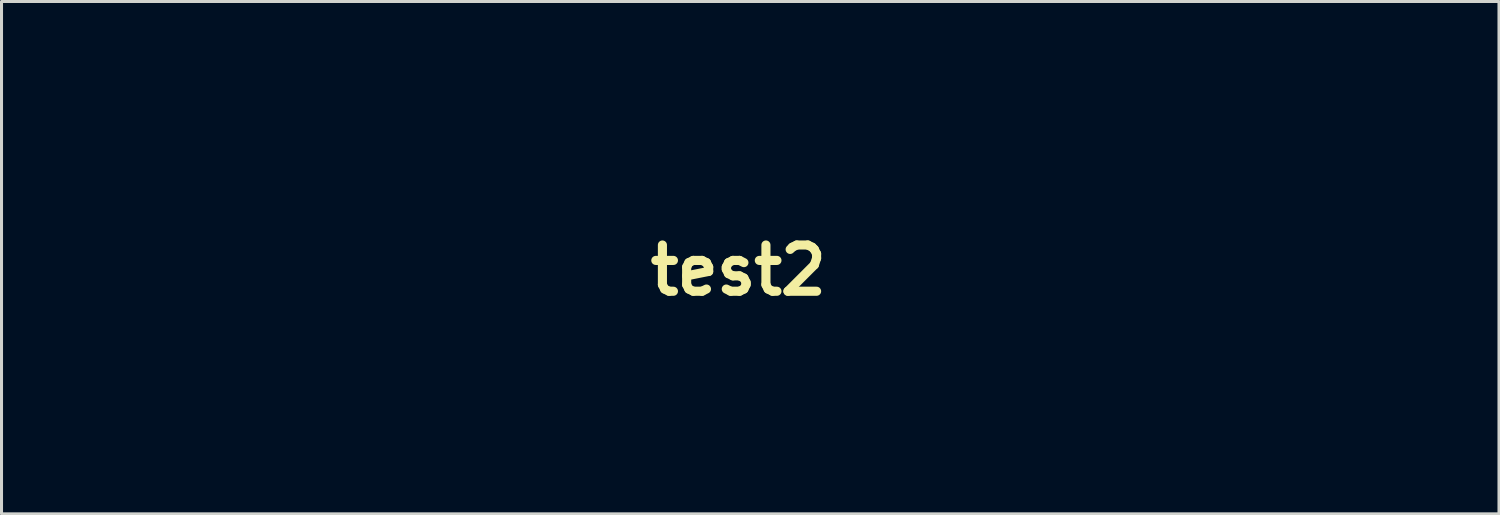
<source format=kicad_pcb>
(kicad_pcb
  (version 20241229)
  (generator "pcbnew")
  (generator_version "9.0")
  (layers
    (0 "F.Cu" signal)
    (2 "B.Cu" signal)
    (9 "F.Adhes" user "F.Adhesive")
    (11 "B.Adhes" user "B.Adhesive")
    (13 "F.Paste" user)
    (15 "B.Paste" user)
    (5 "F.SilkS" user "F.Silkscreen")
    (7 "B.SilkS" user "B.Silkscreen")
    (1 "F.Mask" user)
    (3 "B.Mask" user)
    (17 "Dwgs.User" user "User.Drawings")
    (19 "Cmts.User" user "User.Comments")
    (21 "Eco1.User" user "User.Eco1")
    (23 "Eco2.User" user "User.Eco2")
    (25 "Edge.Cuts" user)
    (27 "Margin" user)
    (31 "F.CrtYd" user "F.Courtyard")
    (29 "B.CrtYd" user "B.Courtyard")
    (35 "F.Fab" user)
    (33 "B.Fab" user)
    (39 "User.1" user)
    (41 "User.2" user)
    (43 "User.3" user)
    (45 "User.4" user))
  (footprint "test2"
    (layer "F.Cu")
    (at 21.282 5.858)
    (property "Reference" "test2" (at 0 0 0) (layer "F.SilkS") (effects (font (size 1.524 1.524) (thickness 0.3))))
    (attr through_hole)
    (fp_poly (pts (xy 20.118 -5.191) (xy 20.444 -4.621) (xy 20.501 -4.171) (xy 20.499 -4.167) (xy 20.521 -3.67) (xy 20.687 -3.306) (xy 20.917 -2.673) (xy 20.976 -2.005) (xy 21.027 -1.321) (xy 21.187 -0.881) (xy 21.307 -0.424) (xy 21.253 -0.262) (xy 21.26 0.151) (xy 21.456 0.485) (xy 21.731 1.077) (xy 21.816 1.738) (xy 21.711 2.328) (xy 21.343 2.576) (xy 21.055 2.625) (xy 20.521 2.763) (xy 20.32 2.954) (xy 20.467 3.152) (xy 20.964 3.33) (xy 21.898 3.516) (xy 22.058 3.543) (xy 21.982 3.565) (xy 21.444 3.575) (xy 20.518 3.572) (xy 19.276 3.557) (xy 17.914 3.531) (xy 15.764 3.524) (xy 13.352 3.58) (xy 10.8 3.692) (xy 8.23 3.852) (xy 5.763 4.051) (xy 3.522 4.281) (xy 1.629 4.535) (xy 0.802 4.677) (xy -1 4.936) (xy -2.868 5.02) (xy -4.934 4.928) (xy -7.329 4.656) (xy -8.155 4.536) (xy -9.555 4.351) (xy -11.311 4.157) (xy -13.244 3.974) (xy -15.175 3.819) (xy -16.176 3.751) (xy -18.251 3.617) (xy -19.792 3.507) (xy -20.8 3.421) (xy -21.277 3.358) (xy -21.222 3.317) (xy -20.637 3.299) (xy -19.522 3.303) (xy -17.878 3.329) (xy -17.112 3.344) (xy -14.134 3.459) (xy -11.332 3.668) (xy -8.871 3.957) (xy -8.599 3.998) (xy -5.821 4.357) (xy -3.413 4.514) (xy -1.254 4.471) (xy 0.782 4.228) (xy 1.241 4.145) (xy 2.554 3.931) (xy 4.096 3.733) (xy 5.565 3.589) (xy 5.758 3.575) (xy 8.184 3.404) (xy 8.213 2.571) (xy 8.313 1.766) (xy 8.523 1.033) (xy 8.785 0.52) (xy 9.041 0.374) (xy 9.065 0.385) (xy 9.239 0.717) (xy 9.412 1.397) (xy 9.492 1.872) (xy 9.692 2.788) (xy 9.967 3.19) (xy 10.051 3.208) (xy 10.267 2.976) (xy 10.331 2.696) (xy 11.764 2.696) (xy 11.905 3.088) (xy 12.203 3.098) (xy 12.472 2.754) (xy 12.476 2.741) (xy 16.674 2.741) (xy 16.72 2.835) (xy 17.245 2.966) (xy 18.273 3.143) (xy 18.969 3.153) (xy 19.249 2.996) (xy 19.251 2.974) (xy 19.016 2.746) (xy 18.445 2.588) (xy 17.732 2.534) (xy 17.084 2.611) (xy 16.674 2.741) (xy 12.476 2.741) (xy 12.519 2.585) (xy 12.404 2.203) (xy 12.185 2.139) (xy 11.838 2.364) (xy 11.764 2.696) (xy 10.331 2.696) (xy 10.398 2.404) (xy 10.439 1.683) (xy 10.39 1.069) (xy 10.962 1.069) (xy 11.166 1.329) (xy 11.229 1.337) (xy 11.489 1.133) (xy 11.497 1.069) (xy 12.566 1.069) (xy 12.77 1.329) (xy 12.834 1.337) (xy 13.093 1.133) (xy 13.101 1.069) (xy 12.898 0.81) (xy 12.834 0.802) (xy 12.574 1.006) (xy 12.566 1.069) (xy 11.497 1.069) (xy 11.293 0.81) (xy 11.229 0.802) (xy 10.97 1.006) (xy 10.962 1.069) (xy 10.39 1.069) (xy 10.385 1.003) (xy 10.268 0.668) (xy 13.636 0.668) (xy 13.769 0.802) (xy 13.903 0.668) (xy 13.769 0.535) (xy 13.636 0.668) (xy 10.268 0.668) (xy 10.228 0.554) (xy 10.135 0.482) (xy 10.145 0.24) (xy 10.372 -0.311) (xy 10.622 -0.802) (xy 11.764 -0.802) (xy 11.968 -0.543) (xy 12.032 -0.535) (xy 12.291 -0.738) (xy 12.299 -0.802) (xy 12.095 -1.062) (xy 12.032 -1.069) (xy 11.772 -0.866) (xy 11.764 -0.802) (xy 10.622 -0.802) (xy 10.74 -1.034) (xy 11.172 -1.792) (xy 11.591 -2.447) (xy 11.921 -2.862) (xy 12.042 -2.938) (xy 12.243 -2.728) (xy 12.616 -2.182) (xy 12.969 -1.601) (xy 13.54 -0.748) (xy 13.956 -0.407) (xy 14.217 -0.577) (xy 14.324 -1.223) (xy 14.37 -1.881) (xy 14.428 -2.273) (xy 14.534 -2.787) (xy 14.537 -2.807) (xy 14.688 -3.225) (xy 14.933 -3.708) (xy 15.228 -4.131) (xy 15.489 -4.119) (xy 15.701 -3.931) (xy 16.048 -3.352) (xy 16.188 -2.818) (xy 16.358 -2.14) (xy 16.568 -1.749) (xy 16.719 -1.357) (xy 16.593 -1.213) (xy 16.502 -0.873) (xy 16.728 -0.412) (xy 16.976 0.127) (xy 16.841 0.403) (xy 16.726 0.692) (xy 16.977 1.068) (xy 17.24 1.467) (xy 17.081 1.659) (xy 16.894 1.931) (xy 16.956 2.104) (xy 17.196 2.26) (xy 17.516 1.955) (xy 17.711 1.464) (xy 17.646 1.203) (xy 17.612 0.802) (xy 17.802 0.416) (xy 18.029 -0.041) (xy 17.868 -0.296) (xy 17.729 -0.579) (xy 17.961 -1.107) (xy 18.03 -1.214) (xy 18.322 -1.755) (xy 18.277 -2.057) (xy 18.153 -2.156) (xy 17.967 -2.401) (xy 18.172 -2.778) (xy 18.291 -2.915) (xy 18.604 -3.466) (xy 18.617 -3.881) (xy 18.656 -4.373) (xy 18.975 -5.009) (xy 19.026 -5.08) (xy 19.597 -5.853) (xy 20.118 -5.191)) (stroke (width 0.01) (type solid)) (fill yes) (layer "F.Mask")))
  (gr_rect
    (start -3 -3)
    (end 46.345 13.883)
    (stroke (width 0.1) (type default))
    (fill no)
    (layer "Edge.Cuts")))
</source>
